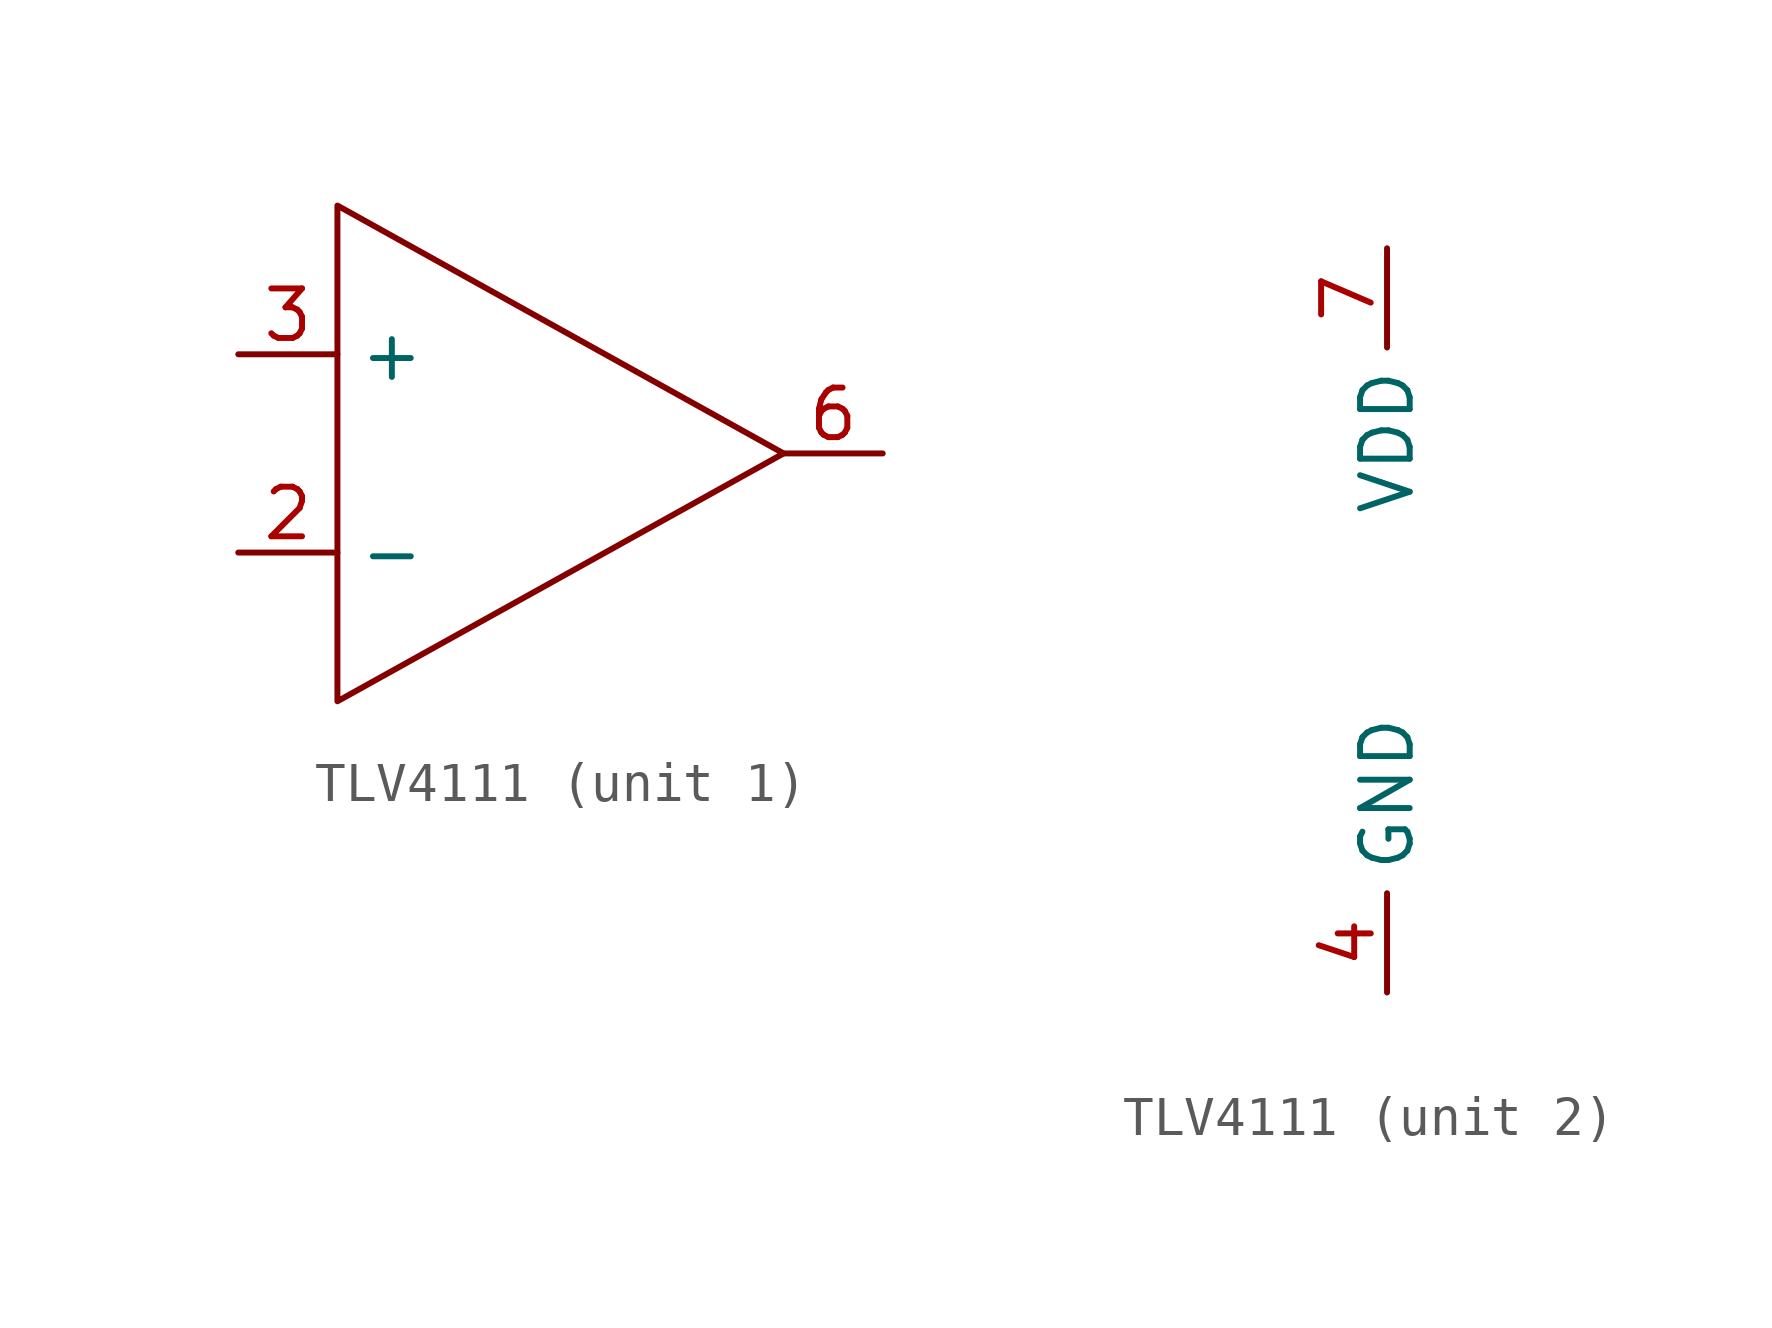
<source format=kicad_sym>
(kicad_symbol_lib
  (version 20241209)
  (generator "kicad_symbol_editor")
  (generator_version "9.0")
  (symbol "TLV4111"
    (property "Reference" "U"
      (at 0 8.636 0)
      (effects (font (size 1.27 1.27)) (hide yes)))
    (property "Value" ""
      (at 0 0 0)
      (effects (font (size 1.27 1.27))))
    (symbol "TLV4111_1_1"
      (polyline (pts (xy 0 6.35) (xy 0 -6.35) (xy 11.43 0) (xy 0 6.35)) (stroke (width 0) (type solid)) (fill (type none)))
      (pin input line (at -2.54 2.54 0) (length 2.54) (name "+" (effects (font (size 1.27 1.27)))) (number "3" (effects (font (size 1.27 1.27)))))
      (pin input line (at -2.54 -2.54 0) (length 2.54) (name "-" (effects (font (size 1.27 1.27)))) (number "2" (effects (font (size 1.27 1.27)))))
      (pin output line (at 13.97 0 180) (length 2.54) (name "" (effects (font (size 1.27 1.27)))) (number "6" (effects (font (size 1.27 1.27))))))
    (symbol "TLV4111_2_1"
      (pin power_in line (at 0 10.16 270) (length 2.54) (name "VDD" (effects (font (size 1.27 1.27)))) (number "7" (effects (font (size 1.27 1.27)))))
      (pin power_in line (at 0 -8.89 90) (length 2.54) (name "GND" (effects (font (size 1.27 1.27)))) (number "4" (effects (font (size 1.27 1.27))))))))
</source>
